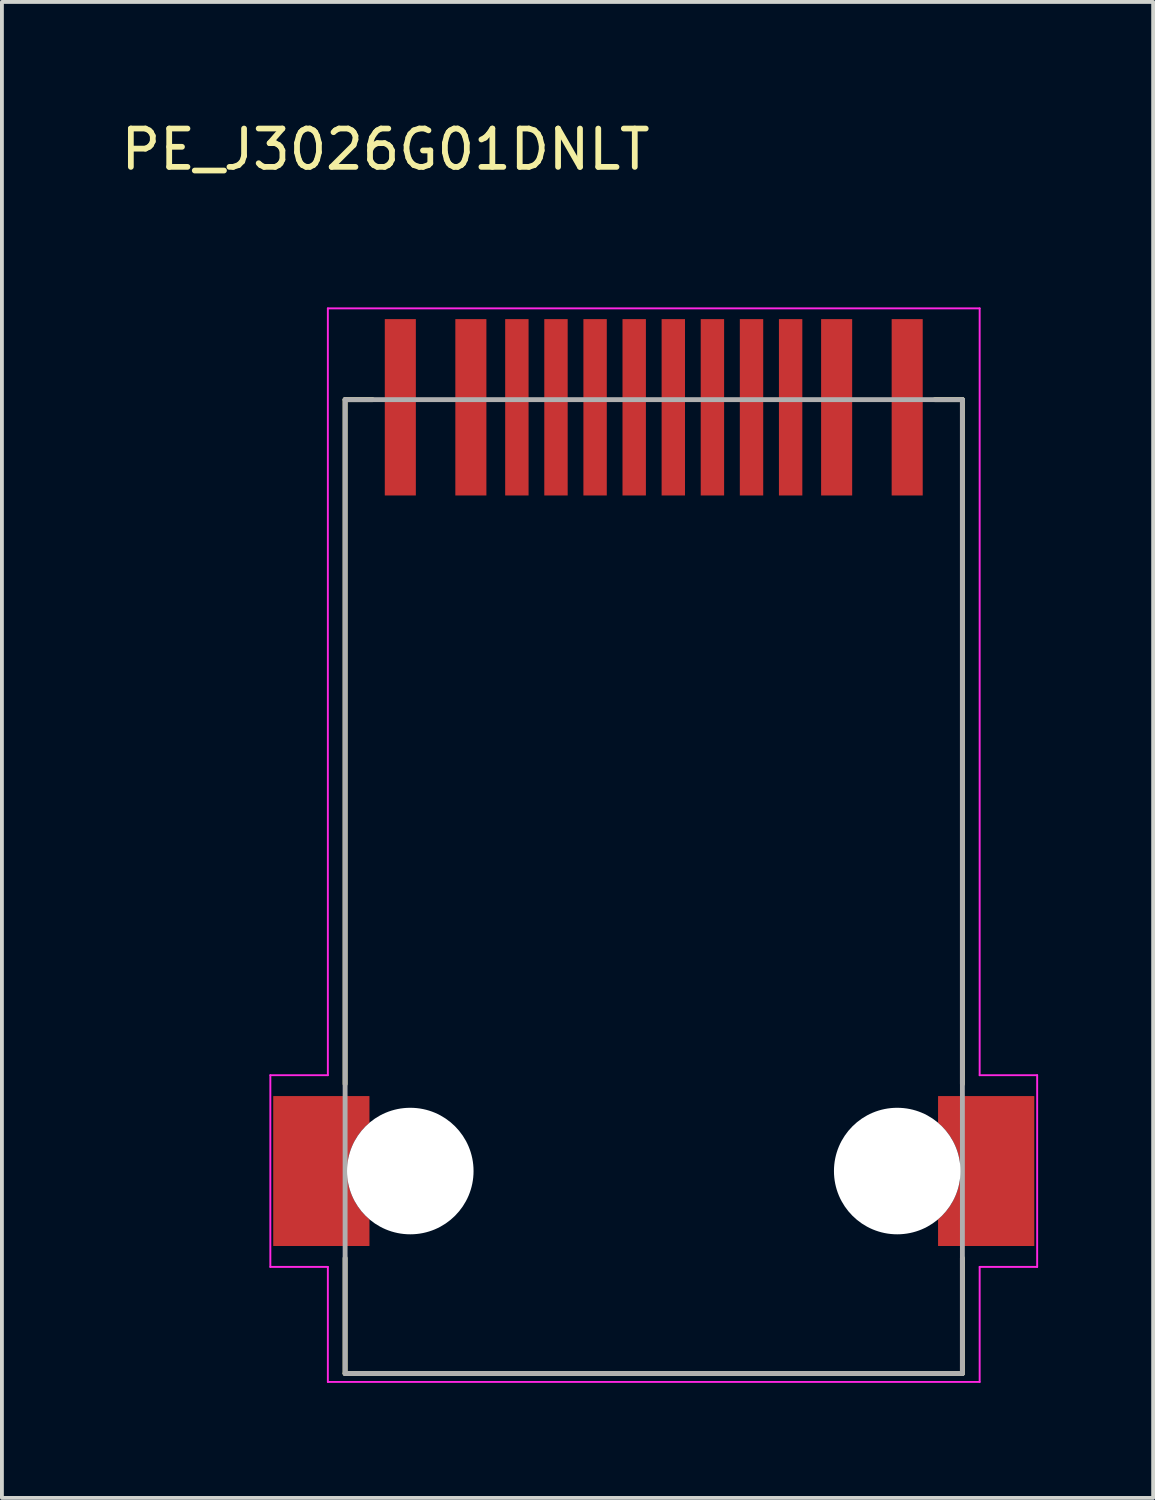
<source format=kicad_pcb>
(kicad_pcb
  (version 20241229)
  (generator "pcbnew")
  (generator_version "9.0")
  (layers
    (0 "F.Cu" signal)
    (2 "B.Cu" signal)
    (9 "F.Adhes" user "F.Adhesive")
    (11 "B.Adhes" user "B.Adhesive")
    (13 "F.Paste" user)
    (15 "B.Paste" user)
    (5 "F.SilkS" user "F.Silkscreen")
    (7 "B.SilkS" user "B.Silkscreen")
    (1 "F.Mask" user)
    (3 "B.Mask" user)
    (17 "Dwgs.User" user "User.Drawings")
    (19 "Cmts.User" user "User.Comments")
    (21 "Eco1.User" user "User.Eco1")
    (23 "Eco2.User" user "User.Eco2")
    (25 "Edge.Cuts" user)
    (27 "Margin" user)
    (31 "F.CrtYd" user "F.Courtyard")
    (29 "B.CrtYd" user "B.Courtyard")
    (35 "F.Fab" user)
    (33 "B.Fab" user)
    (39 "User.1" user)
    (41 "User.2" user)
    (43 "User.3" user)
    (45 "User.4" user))
  (footprint "PE_J3026G01DNLT"
    (layer "F.Cu")
    (at 14.001 27.493)
    (property "Reference" "PE_J3026G01DNLT" (at -6.995 -26.645 0) (layer "F.SilkS") (effects (font (size 1 1) (thickness 0.15))))
    (attr smd)
    (fp_poly (pts (xy -10.02 -2.05) (xy -10.02 2.05) (xy -7.32 2.05) (xy -7.32 -2.05)) (stroke (width 0.01) (type solid)) (fill yes) (layer "F.Mask"))
    (fp_poly (pts (xy 10.02 2.05) (xy 10.02 -2.05) (xy 7.32 -2.05) (xy 7.32 2.05)) (stroke (width 0.01) (type solid)) (fill yes) (layer "F.Mask"))
    (fp_line (start -8.05 -20.12) (end -8.05 -2.27) (stroke (width 0.127) (type solid)) (layer "F.SilkS"))
    (fp_line (start -8.05 5.28) (end -8.05 2.27) (stroke (width 0.127) (type solid)) (layer "F.SilkS"))
    (fp_line (start -8.05 5.28) (end 8.05 5.28) (stroke (width 0.127) (type solid)) (layer "F.SilkS"))
    (fp_line (start -7.335 -20.12) (end -8.05 -20.12) (stroke (width 0.127) (type solid)) (layer "F.SilkS"))
    (fp_line (start 8.05 -20.12) (end 7.335 -20.12) (stroke (width 0.127) (type solid)) (layer "F.SilkS"))
    (fp_line (start 8.05 -2.27) (end 8.05 -20.12) (stroke (width 0.127) (type solid)) (layer "F.SilkS"))
    (fp_line (start 8.05 5.28) (end 8.05 2.27) (stroke (width 0.127) (type solid)) (layer "F.SilkS"))
    (fp_poly (pts (xy -7.42 -1.26) (xy -7.42 -1.95) (xy -9.92 -1.95) (xy -9.92 1.95) (xy -7.42 1.95) (xy -7.42 1.26) (xy -7.454 1.23) (xy -7.489 1.198) (xy -7.524 1.165) (xy -7.557 1.131) (xy -7.589 1.095) (xy -7.62 1.059) (xy -7.651 1.022) (xy -7.68 0.984) (xy -7.708 0.945) (xy -7.735 0.906) (xy -7.76 0.866) (xy -7.785 0.825) (xy -7.808 0.783) (xy -7.83 0.74) (xy -7.851 0.697) (xy -7.871 0.654) (xy -7.889 0.61) (xy -7.906 0.565) (xy -7.922 0.52) (xy -7.936 0.474) (xy -7.949 0.428) (xy -7.961 0.382) (xy -7.971 0.335) (xy -7.98 0.288) (xy -7.988 0.241) (xy -7.994 0.194) (xy -7.999 0.146) (xy -8.002 0.098) (xy -8.004 0.051) (xy -8.005 0) (xy -8.004 -0.051) (xy -8.002 -0.098) (xy -7.999 -0.146) (xy -7.994 -0.194) (xy -7.988 -0.241) (xy -7.98 -0.288) (xy -7.971 -0.335) (xy -7.961 -0.382) (xy -7.949 -0.428) (xy -7.936 -0.474) (xy -7.922 -0.52) (xy -7.906 -0.565) (xy -7.889 -0.61) (xy -7.871 -0.654) (xy -7.851 -0.697) (xy -7.83 -0.74) (xy -7.808 -0.783) (xy -7.785 -0.825) (xy -7.76 -0.866) (xy -7.735 -0.906) (xy -7.708 -0.945) (xy -7.68 -0.984) (xy -7.651 -1.022) (xy -7.62 -1.059) (xy -7.589 -1.095) (xy -7.557 -1.131) (xy -7.524 -1.165) (xy -7.489 -1.198) (xy -7.454 -1.23) (xy -7.42 -1.26)) (stroke (width 0.01) (type solid)) (fill yes) (layer "F.Paste"))
    (fp_poly (pts (xy 7.42 1.26) (xy 7.42 1.95) (xy 9.92 1.95) (xy 9.92 -1.95) (xy 7.42 -1.95) (xy 7.42 -1.26) (xy 7.454 -1.23) (xy 7.489 -1.198) (xy 7.524 -1.165) (xy 7.557 -1.131) (xy 7.589 -1.095) (xy 7.62 -1.059) (xy 7.651 -1.022) (xy 7.68 -0.984) (xy 7.708 -0.945) (xy 7.735 -0.906) (xy 7.76 -0.866) (xy 7.785 -0.825) (xy 7.808 -0.783) (xy 7.83 -0.74) (xy 7.851 -0.697) (xy 7.871 -0.654) (xy 7.889 -0.61) (xy 7.906 -0.565) (xy 7.922 -0.52) (xy 7.936 -0.474) (xy 7.949 -0.428) (xy 7.961 -0.382) (xy 7.971 -0.335) (xy 7.98 -0.288) (xy 7.988 -0.241) (xy 7.994 -0.194) (xy 7.999 -0.146) (xy 8.002 -0.098) (xy 8.004 -0.051) (xy 8.005 0) (xy 8.004 0.051) (xy 8.002 0.098) (xy 7.999 0.146) (xy 7.994 0.194) (xy 7.988 0.241) (xy 7.98 0.288) (xy 7.971 0.335) (xy 7.961 0.382) (xy 7.949 0.428) (xy 7.936 0.474) (xy 7.922 0.52) (xy 7.906 0.565) (xy 7.889 0.61) (xy 7.871 0.654) (xy 7.851 0.697) (xy 7.83 0.74) (xy 7.808 0.783) (xy 7.785 0.825) (xy 7.76 0.866) (xy 7.735 0.906) (xy 7.708 0.945) (xy 7.68 0.984) (xy 7.651 1.022) (xy 7.62 1.059) (xy 7.589 1.095) (xy 7.557 1.131) (xy 7.524 1.165) (xy 7.489 1.198) (xy 7.454 1.23) (xy 7.42 1.26)) (stroke (width 0.01) (type solid)) (fill yes) (layer "F.Paste"))
    (fp_line (start -10 -2.5) (end -8.5 -2.5) (stroke (width 0.05) (type default)) (layer "F.CrtYd"))
    (fp_line (start -10 2.5) (end -10 -2.5) (stroke (width 0.05) (type default)) (layer "F.CrtYd"))
    (fp_line (start -8.5 -22.5) (end 8.5 -22.5) (stroke (width 0.05) (type default)) (layer "F.CrtYd"))
    (fp_line (start -8.5 -2.5) (end -8.5 -22.5) (stroke (width 0.05) (type default)) (layer "F.CrtYd"))
    (fp_line (start -8.5 2.5) (end -10 2.5) (stroke (width 0.05) (type default)) (layer "F.CrtYd"))
    (fp_line (start -8.5 5.5) (end -8.5 2.5) (stroke (width 0.05) (type default)) (layer "F.CrtYd"))
    (fp_line (start 8.5 -22.5) (end 8.5 -2.5) (stroke (width 0.05) (type default)) (layer "F.CrtYd"))
    (fp_line (start 8.5 -2.5) (end 10 -2.5) (stroke (width 0.05) (type default)) (layer "F.CrtYd"))
    (fp_line (start 8.5 2.5) (end 8.5 5.5) (stroke (width 0.05) (type default)) (layer "F.CrtYd"))
    (fp_line (start 8.5 5.5) (end -8.5 5.5) (stroke (width 0.05) (type default)) (layer "F.CrtYd"))
    (fp_line (start 10 -2.5) (end 10 2.5) (stroke (width 0.05) (type default)) (layer "F.CrtYd"))
    (fp_line (start 10 2.5) (end 8.5 2.5) (stroke (width 0.05) (type default)) (layer "F.CrtYd"))
    (fp_line (start -8.05 -20.12) (end -8.05 5.28) (stroke (width 0.127) (type solid)) (layer "F.Fab"))
    (fp_line (start -8.05 5.28) (end 8.05 5.28) (stroke (width 0.127) (type solid)) (layer "F.Fab"))
    (fp_line (start 8.05 -20.12) (end -8.05 -20.12) (stroke (width 0.127) (type solid)) (layer "F.Fab"))
    (fp_line (start 8.05 5.28) (end 8.05 -20.12) (stroke (width 0.127) (type solid)) (layer "F.Fab"))
    (pad "" np_thru_hole circle (at -6.35 0) (size 3.3 3.3) (drill 3.3) (layers "*.Cu" "*.Mask"))
    (pad "" np_thru_hole circle (at 6.35 0) (size 3.3 3.3) (drill 3.3) (layers "*.Cu" "*.Mask"))
    (pad "1" smd rect (at 6.61 -19.92) (size 0.81 4.6) (layers "F.Cu" "F.Mask" "F.Paste"))
    (pad "2" smd rect (at 4.77 -19.92) (size 0.81 4.6) (layers "F.Cu" "F.Mask" "F.Paste"))
    (pad "3" smd rect (at 3.57 -19.92) (size 0.61 4.6) (layers "F.Cu" "F.Mask" "F.Paste"))
    (pad "4" smd rect (at 2.55 -19.92) (size 0.61 4.6) (layers "F.Cu" "F.Mask" "F.Paste"))
    (pad "5" smd rect (at 1.53 -19.92) (size 0.61 4.6) (layers "F.Cu" "F.Mask" "F.Paste"))
    (pad "6" smd rect (at 0.51 -19.92) (size 0.61 4.6) (layers "F.Cu" "F.Mask" "F.Paste"))
    (pad "7" smd rect (at -0.51 -19.92) (size 0.61 4.6) (layers "F.Cu" "F.Mask" "F.Paste"))
    (pad "8" smd rect (at -1.53 -19.92) (size 0.61 4.6) (layers "F.Cu" "F.Mask" "F.Paste"))
    (pad "9" smd rect (at -2.55 -19.92) (size 0.61 4.6) (layers "F.Cu" "F.Mask" "F.Paste"))
    (pad "10" smd rect (at -3.57 -19.92) (size 0.61 4.6) (layers "F.Cu" "F.Mask" "F.Paste"))
    (pad "11" smd rect (at -4.77 -19.92) (size 0.81 4.6) (layers "F.Cu" "F.Mask" "F.Paste"))
    (pad "12" smd rect (at -6.61 -19.92) (size 0.81 4.6) (layers "F.Cu" "F.Mask" "F.Paste"))
    (pad "S1" smd custom (at 8.67 0) (size 0.1 0.1) (layers "F.Cu") (options (anchor rect)) (primitives (gr_poly (pts (xy -1.25 1.26) (xy -1.25 1.95) (xy 1.25 1.95) (xy 1.25 -1.95) (xy -1.25 -1.95) (xy -1.25 -1.26) (xy -1.216 -1.23) (xy -1.181 -1.198) (xy -1.146 -1.165) (xy -1.113 -1.131) (xy -1.081 -1.095) (xy -1.05 -1.059) (xy -1.019 -1.022) (xy -0.99 -0.984) (xy -0.962 -0.945) (xy -0.935 -0.906) (xy -0.91 -0.866) (xy -0.885 -0.825) (xy -0.862 -0.783) (xy -0.84 -0.74) (xy -0.819 -0.697) (xy -0.799 -0.654) (xy -0.781 -0.61) (xy -0.764 -0.565) (xy -0.748 -0.52) (xy -0.734 -0.474) (xy -0.721 -0.428) (xy -0.709 -0.382) (xy -0.699 -0.335) (xy -0.69 -0.288) (xy -0.682 -0.241) (xy -0.676 -0.194) (xy -0.671 -0.146) (xy -0.668 -0.098) (xy -0.666 -0.051) (xy -0.665 0) (xy -0.666 0.051) (xy -0.668 0.098) (xy -0.671 0.146) (xy -0.676 0.194) (xy -0.682 0.241) (xy -0.69 0.288) (xy -0.699 0.335) (xy -0.709 0.382) (xy -0.721 0.428) (xy -0.734 0.474) (xy -0.748 0.52) (xy -0.764 0.565) (xy -0.781 0.61) (xy -0.799 0.654) (xy -0.819 0.697) (xy -0.84 0.74) (xy -0.862 0.783) (xy -0.885 0.825) (xy -0.91 0.866) (xy -0.935 0.906) (xy -0.962 0.945) (xy -0.99 0.984) (xy -1.019 1.022) (xy -1.05 1.059) (xy -1.081 1.095) (xy -1.113 1.131) (xy -1.146 1.165) (xy -1.181 1.198) (xy -1.216 1.23) (xy -1.25 1.26)) (width 0.01) (fill yes))))
    (pad "S2" smd custom (at -8.67 0) (size 0.1 0.1) (layers "F.Cu") (options (anchor rect)) (primitives (gr_poly (pts (xy 1.25 -1.26) (xy 1.25 -1.95) (xy -1.25 -1.95) (xy -1.25 1.95) (xy 1.25 1.95) (xy 1.25 1.26) (xy 1.216 1.23) (xy 1.181 1.198) (xy 1.146 1.165) (xy 1.113 1.131) (xy 1.081 1.095) (xy 1.05 1.059) (xy 1.019 1.022) (xy 0.99 0.984) (xy 0.962 0.945) (xy 0.935 0.906) (xy 0.91 0.866) (xy 0.885 0.825) (xy 0.862 0.783) (xy 0.84 0.74) (xy 0.819 0.697) (xy 0.799 0.654) (xy 0.781 0.61) (xy 0.764 0.565) (xy 0.748 0.52) (xy 0.734 0.474) (xy 0.721 0.428) (xy 0.709 0.382) (xy 0.699 0.335) (xy 0.69 0.288) (xy 0.682 0.241) (xy 0.676 0.194) (xy 0.671 0.146) (xy 0.668 0.098) (xy 0.666 0.051) (xy 0.665 0) (xy 0.666 -0.051) (xy 0.668 -0.098) (xy 0.671 -0.146) (xy 0.676 -0.194) (xy 0.682 -0.241) (xy 0.69 -0.288) (xy 0.699 -0.335) (xy 0.709 -0.382) (xy 0.721 -0.428) (xy 0.734 -0.474) (xy 0.748 -0.52) (xy 0.764 -0.565) (xy 0.781 -0.61) (xy 0.799 -0.654) (xy 0.819 -0.697) (xy 0.84 -0.74) (xy 0.862 -0.783) (xy 0.885 -0.825) (xy 0.91 -0.866) (xy 0.935 -0.906) (xy 0.962 -0.945) (xy 0.99 -0.984) (xy 1.019 -1.022) (xy 1.05 -1.059) (xy 1.081 -1.095) (xy 1.113 -1.131) (xy 1.146 -1.165) (xy 1.181 -1.198) (xy 1.216 -1.23) (xy 1.25 -1.26)) (width 0.01) (fill yes)))))
  (gr_rect
    (start -3 -3)
    (end 27.026 36.018)
    (stroke (width 0.1) (type default))
    (fill no)
    (layer "Edge.Cuts")))
</source>
